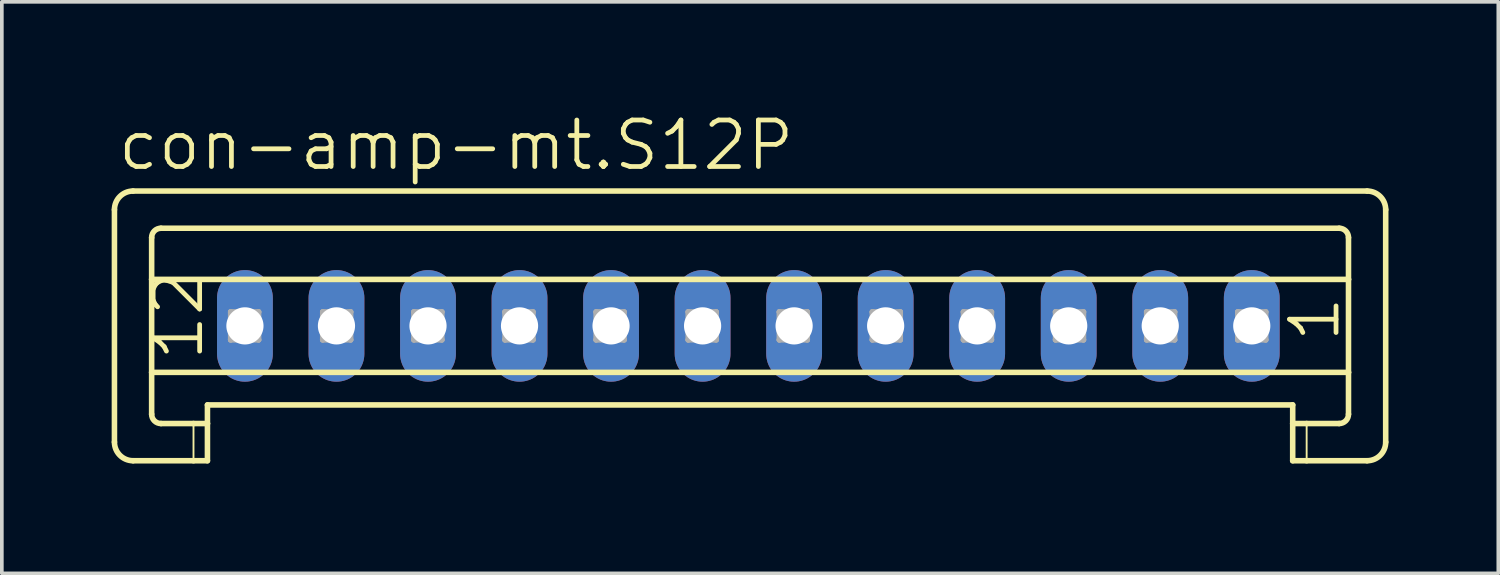
<source format=kicad_pcb>
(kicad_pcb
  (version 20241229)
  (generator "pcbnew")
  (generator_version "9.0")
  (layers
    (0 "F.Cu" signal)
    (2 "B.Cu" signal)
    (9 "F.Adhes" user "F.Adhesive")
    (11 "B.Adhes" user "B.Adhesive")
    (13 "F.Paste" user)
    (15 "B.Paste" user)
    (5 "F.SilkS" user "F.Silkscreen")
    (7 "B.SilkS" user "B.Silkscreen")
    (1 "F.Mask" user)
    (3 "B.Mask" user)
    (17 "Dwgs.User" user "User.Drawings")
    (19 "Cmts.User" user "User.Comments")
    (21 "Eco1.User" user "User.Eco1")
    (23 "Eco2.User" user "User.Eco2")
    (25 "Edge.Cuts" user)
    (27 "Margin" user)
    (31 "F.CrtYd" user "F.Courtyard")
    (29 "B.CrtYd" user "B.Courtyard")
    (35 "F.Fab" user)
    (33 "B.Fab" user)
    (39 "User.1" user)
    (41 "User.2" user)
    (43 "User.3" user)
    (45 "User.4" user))
  (footprint "con-amp-mt.S12P"
    (layer "F.Cu")
    (at 17.39 5.851)
    (property "Reference" "con-amp-mt.S12P" (at -17.289 -4.191 0) (layer "F.SilkS") (effects (font (size 1.27 1.27) (thickness 0.13)) (justify left bottom)))
    (attr through_hole)
    (fp_line (start -17.314 -3.175) (end -17.314 3.175) (stroke (width 0.152) (type default)) (layer "F.SilkS"))
    (fp_line (start -16.806 -3.683) (end 16.9 -3.683) (stroke (width 0.152) (type default)) (layer "F.SilkS"))
    (fp_line (start -16.298 -1.27) (end -16.298 -2.413) (stroke (width 0.152) (type default)) (layer "F.SilkS"))
    (fp_line (start -16.298 -1.27) (end 16.392 -1.27) (stroke (width 0.152) (type default)) (layer "F.SilkS"))
    (fp_line (start -16.298 1.27) (end -16.298 -1.27) (stroke (width 0.152) (type default)) (layer "F.SilkS"))
    (fp_line (start -16.298 1.27) (end 16.392 1.27) (stroke (width 0.152) (type default)) (layer "F.SilkS"))
    (fp_line (start -16.298 2.413) (end -16.298 1.27) (stroke (width 0.152) (type default)) (layer "F.SilkS"))
    (fp_line (start -16.044 -2.667) (end 16.138 -2.667) (stroke (width 0.152) (type default)) (layer "F.SilkS"))
    (fp_line (start -16.044 2.667) (end -15.155 2.667) (stroke (width 0.152) (type default)) (layer "F.SilkS"))
    (fp_line (start -15.155 2.667) (end -15.155 3.683) (stroke (width 0.051) (type default)) (layer "F.SilkS"))
    (fp_line (start -15.155 2.667) (end -14.774 2.667) (stroke (width 0.152) (type default)) (layer "F.SilkS"))
    (fp_line (start -15.155 3.683) (end -16.806 3.683) (stroke (width 0.152) (type default)) (layer "F.SilkS"))
    (fp_line (start -14.774 2.159) (end 14.868 2.159) (stroke (width 0.152) (type default)) (layer "F.SilkS"))
    (fp_line (start -14.774 2.667) (end -14.774 2.159) (stroke (width 0.152) (type default)) (layer "F.SilkS"))
    (fp_line (start -14.774 2.667) (end -14.774 3.683) (stroke (width 0.152) (type default)) (layer "F.SilkS"))
    (fp_line (start -14.774 3.683) (end -15.155 3.683) (stroke (width 0.152) (type default)) (layer "F.SilkS"))
    (fp_line (start 14.868 2.667) (end 14.868 2.159) (stroke (width 0.152) (type default)) (layer "F.SilkS"))
    (fp_line (start 14.868 2.667) (end 15.249 2.667) (stroke (width 0.152) (type default)) (layer "F.SilkS"))
    (fp_line (start 14.868 3.683) (end 14.868 2.667) (stroke (width 0.152) (type default)) (layer "F.SilkS"))
    (fp_line (start 15.249 2.667) (end 15.249 3.683) (stroke (width 0.051) (type default)) (layer "F.SilkS"))
    (fp_line (start 15.249 2.667) (end 16.138 2.667) (stroke (width 0.152) (type default)) (layer "F.SilkS"))
    (fp_line (start 15.249 3.683) (end 14.868 3.683) (stroke (width 0.152) (type default)) (layer "F.SilkS"))
    (fp_line (start 16.392 -1.27) (end 16.392 -2.413) (stroke (width 0.152) (type default)) (layer "F.SilkS"))
    (fp_line (start 16.392 1.27) (end 16.392 -1.27) (stroke (width 0.152) (type default)) (layer "F.SilkS"))
    (fp_line (start 16.392 2.413) (end 16.392 1.27) (stroke (width 0.152) (type default)) (layer "F.SilkS"))
    (fp_line (start 16.9 3.683) (end 15.249 3.683) (stroke (width 0.152) (type default)) (layer "F.SilkS"))
    (fp_line (start 17.408 -3.175) (end 17.408 3.175) (stroke (width 0.152) (type default)) (layer "F.SilkS"))
    (fp_arc (start -17.314 -3.175) (mid -17.16521 -3.53421) (end -16.806 -3.683) (stroke (width 0.1524) (type default)) (layer "F.SilkS"))
    (fp_arc (start -16.806 3.683) (mid -17.16521 3.53421) (end -17.314 3.175) (stroke (width 0.1524) (type default)) (layer "F.SilkS"))
    (fp_arc (start -16.298 -2.413) (mid -16.223605 -2.592605) (end -16.044 -2.667) (stroke (width 0.1524) (type default)) (layer "F.SilkS"))
    (fp_arc (start -16.044 2.667) (mid -16.223605 2.592605) (end -16.298 2.413) (stroke (width 0.1524) (type default)) (layer "F.SilkS"))
    (fp_arc (start 16.138 -2.667) (mid 16.317605 -2.592605) (end 16.392 -2.413) (stroke (width 0.1524) (type default)) (layer "F.SilkS"))
    (fp_arc (start 16.392 2.413) (mid 16.317605 2.592605) (end 16.138 2.667) (stroke (width 0.1524) (type default)) (layer "F.SilkS"))
    (fp_arc (start 16.9 -3.683) (mid 17.25921 -3.53421) (end 17.408 -3.175) (stroke (width 0.1524) (type default)) (layer "F.SilkS"))
    (fp_arc (start 17.408 3.175) (mid 17.25921 3.53421) (end 16.9 3.683) (stroke (width 0.1524) (type default)) (layer "F.SilkS"))
    (fp_line (start -14.139 -0.381) (end -14.139 0.381) (stroke (width 0.152) (type default)) (layer "F.Fab"))
    (fp_line (start -14.139 -0.381) (end -13.377 0.381) (stroke (width 0.152) (type default)) (layer "F.Fab"))
    (fp_line (start -14.139 0.381) (end -13.377 0.381) (stroke (width 0.152) (type default)) (layer "F.Fab"))
    (fp_line (start -13.377 -0.381) (end -14.139 -0.381) (stroke (width 0.152) (type default)) (layer "F.Fab"))
    (fp_line (start -13.377 -0.381) (end -14.139 0.381) (stroke (width 0.152) (type default)) (layer "F.Fab"))
    (fp_line (start -13.377 0.381) (end -13.377 -0.381) (stroke (width 0.152) (type default)) (layer "F.Fab"))
    (fp_line (start -11.625 -0.381) (end -11.625 0.381) (stroke (width 0.152) (type default)) (layer "F.Fab"))
    (fp_line (start -11.625 -0.381) (end -10.863 0.381) (stroke (width 0.152) (type default)) (layer "F.Fab"))
    (fp_line (start -11.625 0.381) (end -10.863 0.381) (stroke (width 0.152) (type default)) (layer "F.Fab"))
    (fp_line (start -10.863 -0.381) (end -11.625 -0.381) (stroke (width 0.152) (type default)) (layer "F.Fab"))
    (fp_line (start -10.863 -0.381) (end -11.625 0.381) (stroke (width 0.152) (type default)) (layer "F.Fab"))
    (fp_line (start -10.863 0.381) (end -10.863 -0.381) (stroke (width 0.152) (type default)) (layer "F.Fab"))
    (fp_line (start -9.135 -0.381) (end -9.135 0.381) (stroke (width 0.152) (type default)) (layer "F.Fab"))
    (fp_line (start -9.135 -0.381) (end -8.373 0.381) (stroke (width 0.152) (type default)) (layer "F.Fab"))
    (fp_line (start -9.135 0.381) (end -8.373 0.381) (stroke (width 0.152) (type default)) (layer "F.Fab"))
    (fp_line (start -8.373 -0.381) (end -9.135 -0.381) (stroke (width 0.152) (type default)) (layer "F.Fab"))
    (fp_line (start -8.373 -0.381) (end -9.135 0.381) (stroke (width 0.152) (type default)) (layer "F.Fab"))
    (fp_line (start -8.373 0.381) (end -8.373 -0.381) (stroke (width 0.152) (type default)) (layer "F.Fab"))
    (fp_line (start -6.646 -0.381) (end -6.646 0.381) (stroke (width 0.152) (type default)) (layer "F.Fab"))
    (fp_line (start -6.646 -0.381) (end -5.884 0.381) (stroke (width 0.152) (type default)) (layer "F.Fab"))
    (fp_line (start -6.646 0.381) (end -5.884 0.381) (stroke (width 0.152) (type default)) (layer "F.Fab"))
    (fp_line (start -5.884 -0.381) (end -6.646 -0.381) (stroke (width 0.152) (type default)) (layer "F.Fab"))
    (fp_line (start -5.884 -0.381) (end -6.646 0.381) (stroke (width 0.152) (type default)) (layer "F.Fab"))
    (fp_line (start -5.884 0.381) (end -5.884 -0.381) (stroke (width 0.152) (type default)) (layer "F.Fab"))
    (fp_line (start -4.157 -0.381) (end -4.157 0.381) (stroke (width 0.152) (type default)) (layer "F.Fab"))
    (fp_line (start -4.157 -0.381) (end -3.395 0.381) (stroke (width 0.152) (type default)) (layer "F.Fab"))
    (fp_line (start -4.157 0.381) (end -3.395 0.381) (stroke (width 0.152) (type default)) (layer "F.Fab"))
    (fp_line (start -3.395 -0.381) (end -4.157 -0.381) (stroke (width 0.152) (type default)) (layer "F.Fab"))
    (fp_line (start -3.395 -0.381) (end -4.157 0.381) (stroke (width 0.152) (type default)) (layer "F.Fab"))
    (fp_line (start -3.395 0.381) (end -3.395 -0.381) (stroke (width 0.152) (type default)) (layer "F.Fab"))
    (fp_line (start -1.642 -0.381) (end -1.642 0.381) (stroke (width 0.152) (type default)) (layer "F.Fab"))
    (fp_line (start -1.642 -0.381) (end -0.88 0.381) (stroke (width 0.152) (type default)) (layer "F.Fab"))
    (fp_line (start -1.642 0.381) (end -0.88 0.381) (stroke (width 0.152) (type default)) (layer "F.Fab"))
    (fp_line (start -0.88 -0.381) (end -1.642 -0.381) (stroke (width 0.152) (type default)) (layer "F.Fab"))
    (fp_line (start -0.88 -0.381) (end -1.642 0.381) (stroke (width 0.152) (type default)) (layer "F.Fab"))
    (fp_line (start -0.88 0.381) (end -0.88 -0.381) (stroke (width 0.152) (type default)) (layer "F.Fab"))
    (fp_line (start 0.847 -0.381) (end 0.847 0.381) (stroke (width 0.152) (type default)) (layer "F.Fab"))
    (fp_line (start 0.847 -0.381) (end 1.609 0.381) (stroke (width 0.152) (type default)) (layer "F.Fab"))
    (fp_line (start 0.847 0.381) (end 1.609 0.381) (stroke (width 0.152) (type default)) (layer "F.Fab"))
    (fp_line (start 1.609 -0.381) (end 0.847 -0.381) (stroke (width 0.152) (type default)) (layer "F.Fab"))
    (fp_line (start 1.609 -0.381) (end 0.847 0.381) (stroke (width 0.152) (type default)) (layer "F.Fab"))
    (fp_line (start 1.609 0.381) (end 1.609 -0.381) (stroke (width 0.152) (type default)) (layer "F.Fab"))
    (fp_line (start 3.387 -0.381) (end 3.387 0.381) (stroke (width 0.152) (type default)) (layer "F.Fab"))
    (fp_line (start 3.387 -0.381) (end 4.149 0.381) (stroke (width 0.152) (type default)) (layer "F.Fab"))
    (fp_line (start 3.387 0.381) (end 4.149 0.381) (stroke (width 0.152) (type default)) (layer "F.Fab"))
    (fp_line (start 4.149 -0.381) (end 3.387 -0.381) (stroke (width 0.152) (type default)) (layer "F.Fab"))
    (fp_line (start 4.149 -0.381) (end 3.387 0.381) (stroke (width 0.152) (type default)) (layer "F.Fab"))
    (fp_line (start 4.149 0.381) (end 4.149 -0.381) (stroke (width 0.152) (type default)) (layer "F.Fab"))
    (fp_line (start 5.876 -0.381) (end 5.876 0.381) (stroke (width 0.152) (type default)) (layer "F.Fab"))
    (fp_line (start 5.876 -0.381) (end 6.638 0.381) (stroke (width 0.152) (type default)) (layer "F.Fab"))
    (fp_line (start 5.876 0.381) (end 6.638 0.381) (stroke (width 0.152) (type default)) (layer "F.Fab"))
    (fp_line (start 6.638 -0.381) (end 5.876 -0.381) (stroke (width 0.152) (type default)) (layer "F.Fab"))
    (fp_line (start 6.638 -0.381) (end 5.876 0.381) (stroke (width 0.152) (type default)) (layer "F.Fab"))
    (fp_line (start 6.638 0.381) (end 6.638 -0.381) (stroke (width 0.152) (type default)) (layer "F.Fab"))
    (fp_line (start 8.391 -0.381) (end 8.391 0.381) (stroke (width 0.152) (type default)) (layer "F.Fab"))
    (fp_line (start 8.391 -0.381) (end 9.153 0.381) (stroke (width 0.152) (type default)) (layer "F.Fab"))
    (fp_line (start 8.391 0.381) (end 9.153 0.381) (stroke (width 0.152) (type default)) (layer "F.Fab"))
    (fp_line (start 9.153 -0.381) (end 8.391 -0.381) (stroke (width 0.152) (type default)) (layer "F.Fab"))
    (fp_line (start 9.153 -0.381) (end 8.391 0.381) (stroke (width 0.152) (type default)) (layer "F.Fab"))
    (fp_line (start 9.153 0.381) (end 9.153 -0.381) (stroke (width 0.152) (type default)) (layer "F.Fab"))
    (fp_line (start 10.88 -0.381) (end 10.88 0.381) (stroke (width 0.152) (type default)) (layer "F.Fab"))
    (fp_line (start 10.88 -0.381) (end 11.642 0.381) (stroke (width 0.152) (type default)) (layer "F.Fab"))
    (fp_line (start 10.88 0.381) (end 11.642 0.381) (stroke (width 0.152) (type default)) (layer "F.Fab"))
    (fp_line (start 11.642 -0.381) (end 10.88 -0.381) (stroke (width 0.152) (type default)) (layer "F.Fab"))
    (fp_line (start 11.642 -0.381) (end 10.88 0.381) (stroke (width 0.152) (type default)) (layer "F.Fab"))
    (fp_line (start 11.642 0.381) (end 11.642 -0.381) (stroke (width 0.152) (type default)) (layer "F.Fab"))
    (fp_line (start 13.369 -0.381) (end 13.369 0.381) (stroke (width 0.152) (type default)) (layer "F.Fab"))
    (fp_line (start 13.369 -0.381) (end 14.131 0.381) (stroke (width 0.152) (type default)) (layer "F.Fab"))
    (fp_line (start 13.369 0.381) (end 14.131 0.381) (stroke (width 0.152) (type default)) (layer "F.Fab"))
    (fp_line (start 14.131 -0.381) (end 13.369 -0.381) (stroke (width 0.152) (type default)) (layer "F.Fab"))
    (fp_line (start 14.131 -0.381) (end 13.369 0.381) (stroke (width 0.152) (type default)) (layer "F.Fab"))
    (fp_line (start 14.131 0.381) (end 14.131 -0.381) (stroke (width 0.152) (type default)) (layer "F.Fab"))
    (fp_text user "12" (at -14.825 1.016 90) (layer "F.SilkS") (effects (font (size 1.27 1.27) (thickness 0.13)) (justify left bottom)))
    (fp_text user "1" (at 16.214 0.508 90) (layer "F.SilkS") (effects (font (size 1.27 1.27) (thickness 0.13)) (justify left bottom)))
    (pad "1" thru_hole oval (at 13.75 0 90) (size 3.048 1.524) (drill 1.016) (layers "*.Cu" "*.Mask"))
    (pad "2" thru_hole oval (at 11.25 0 90) (size 3.048 1.524) (drill 1.016) (layers "*.Cu" "*.Mask"))
    (pad "3" thru_hole oval (at 8.75 0 90) (size 3.048 1.524) (drill 1.016) (layers "*.Cu" "*.Mask"))
    (pad "4" thru_hole oval (at 6.25 0 90) (size 3.048 1.524) (drill 1.016) (layers "*.Cu" "*.Mask"))
    (pad "5" thru_hole oval (at 3.75 0 90) (size 3.048 1.524) (drill 1.016) (layers "*.Cu" "*.Mask"))
    (pad "6" thru_hole oval (at 1.25 0 90) (size 3.048 1.524) (drill 1.016) (layers "*.Cu" "*.Mask"))
    (pad "7" thru_hole oval (at -1.25 0 90) (size 3.048 1.524) (drill 1.016) (layers "*.Cu" "*.Mask"))
    (pad "8" thru_hole oval (at -3.75 0 90) (size 3.048 1.524) (drill 1.016) (layers "*.Cu" "*.Mask"))
    (pad "9" thru_hole oval (at -6.25 0 90) (size 3.048 1.524) (drill 1.016) (layers "*.Cu" "*.Mask"))
    (pad "10" thru_hole oval (at -8.75 0 90) (size 3.048 1.524) (drill 1.016) (layers "*.Cu" "*.Mask"))
    (pad "11" thru_hole oval (at -11.25 0 90) (size 3.048 1.524) (drill 1.016) (layers "*.Cu" "*.Mask"))
    (pad "12" thru_hole oval (at -13.75 0 90) (size 3.048 1.524) (drill 1.016) (layers "*.Cu" "*.Mask")))
  (gr_rect
    (start -3 -3)
    (end 37.874 12.61)
    (stroke (width 0.1) (type default))
    (fill no)
    (layer "Edge.Cuts")))
</source>
